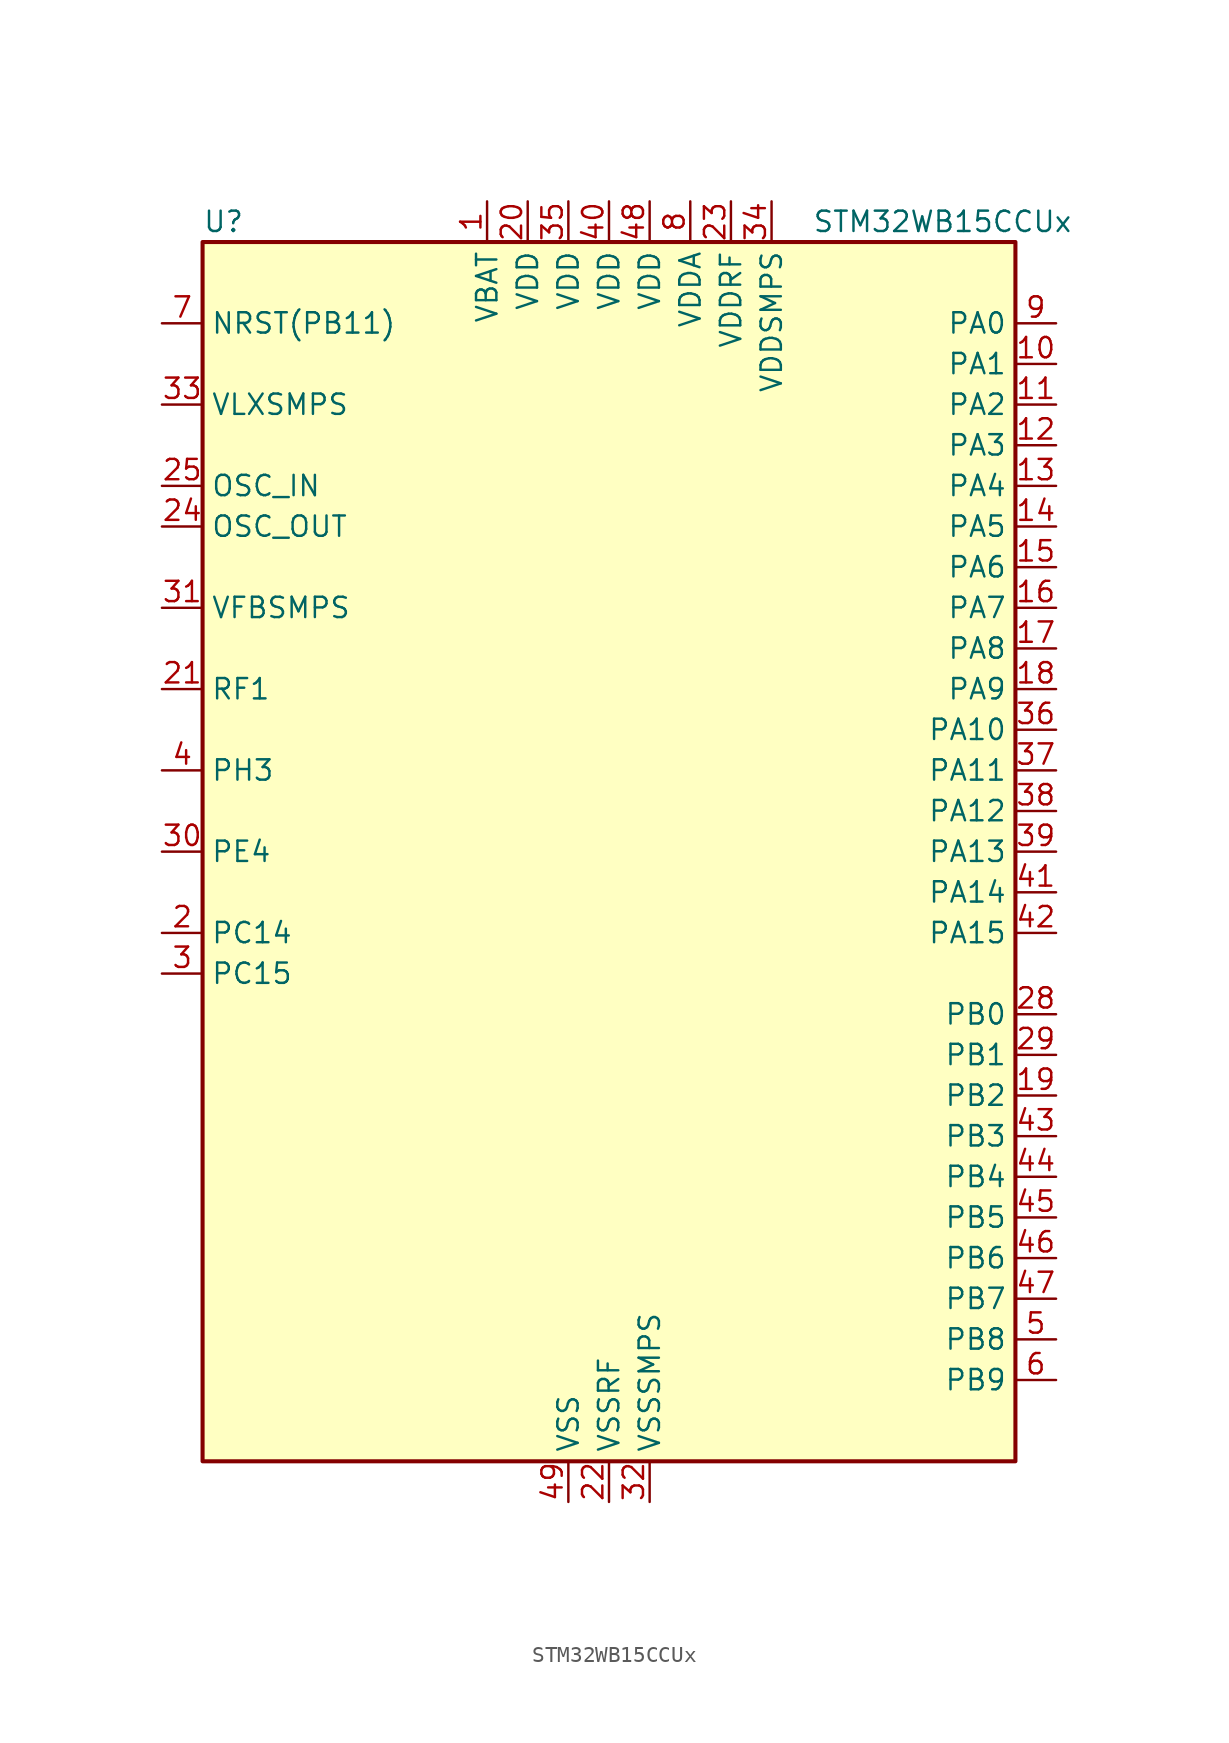
<source format=kicad_sym>
(kicad_symbol_lib
  (version 20241209)
  (generator "kicad_symbol_editor")
  (generator_version "9.0")
  (symbol "STM32WB15CCUx"
    (property "Reference" "U"
      (at -25.4 39.37 0)
      (effects (font (size 1.27 1.27)) (justify left)))
    (property "Value" "STM32WB15CCUx"
      (at 12.7 39.37 0)
      (effects (font (size 1.27 1.27)) (justify left)))
    (symbol "STM32WB15CCUx_0_1"
      (rectangle (start -25.4 -38.1) (end 25.4 38.1) (stroke (width 0.254) (type default)) (fill (type background))))
    (symbol "STM32WB15CCUx_1_1"
      (pin input line (at -27.94 33.02 0) (length 2.54) (name "NRST(PB11)" (effects (font (size 1.27 1.27)))) (number "7" (effects (font (size 1.27 1.27)))))
      (pin power_in line (at -27.94 27.94 0) (length 2.54) (name "VLXSMPS" (effects (font (size 1.27 1.27)))) (number "33" (effects (font (size 1.27 1.27)))))
      (pin input line (at -27.94 22.86 0) (length 2.54) (name "OSC_IN" (effects (font (size 1.27 1.27)))) (number "25" (effects (font (size 1.27 1.27)))) (alternate "RCC_OSC_IN" bidirectional line))
      (pin input line (at -27.94 20.32 0) (length 2.54) (name "OSC_OUT" (effects (font (size 1.27 1.27)))) (number "24" (effects (font (size 1.27 1.27)))) (alternate "RCC_OSC_OUT" bidirectional line))
      (pin input line (at -27.94 15.24 0) (length 2.54) (name "VFBSMPS" (effects (font (size 1.27 1.27)))) (number "31" (effects (font (size 1.27 1.27)))))
      (pin bidirectional line (at -27.94 10.16 0) (length 2.54) (name "RF1" (effects (font (size 1.27 1.27)))) (number "21" (effects (font (size 1.27 1.27)))) (alternate "RF_RF1" bidirectional line))
      (pin bidirectional line (at -27.94 5.08 0) (length 2.54) (name "PH3" (effects (font (size 1.27 1.27)))) (number "4" (effects (font (size 1.27 1.27)))) (alternate "RCC_LSCO" bidirectional line))
      (pin bidirectional line (at -27.94 0 0) (length 2.54) (name "PE4" (effects (font (size 1.27 1.27)))) (number "30" (effects (font (size 1.27 1.27)))))
      (pin bidirectional line (at -27.94 -5.08 0) (length 2.54) (name "PC14" (effects (font (size 1.27 1.27)))) (number "2" (effects (font (size 1.27 1.27)))) (alternate "RCC_OSC32_IN" bidirectional line))
      (pin bidirectional line (at -27.94 -7.62 0) (length 2.54) (name "PC15" (effects (font (size 1.27 1.27)))) (number "3" (effects (font (size 1.27 1.27)))) (alternate "RCC_OSC32_OUT" bidirectional line))
      (pin no_connect line (at -25.4 -35.56 0) (length 2.54) (hide yes) (name "AT1" (effects (font (size 1.27 1.27)))) (number "27" (effects (font (size 1.27 1.27)))))
      (pin no_connect line (at -25.4 -38.1 0) (length 2.54) (hide yes) (name "AT0" (effects (font (size 1.27 1.27)))) (number "26" (effects (font (size 1.27 1.27)))))
      (pin power_in line (at -7.62 40.64 270) (length 2.54) (name "VBAT" (effects (font (size 1.27 1.27)))) (number "1" (effects (font (size 1.27 1.27)))))
      (pin power_in line (at -5.08 40.64 270) (length 2.54) (name "VDD" (effects (font (size 1.27 1.27)))) (number "20" (effects (font (size 1.27 1.27)))))
      (pin power_in line (at -2.54 40.64 270) (length 2.54) (name "VDD" (effects (font (size 1.27 1.27)))) (number "35" (effects (font (size 1.27 1.27)))))
      (pin power_in line (at -2.54 -40.64 90) (length 2.54) (name "VSS" (effects (font (size 1.27 1.27)))) (number "49" (effects (font (size 1.27 1.27)))))
      (pin power_in line (at 0 40.64 270) (length 2.54) (name "VDD" (effects (font (size 1.27 1.27)))) (number "40" (effects (font (size 1.27 1.27)))))
      (pin power_in line (at 0 -40.64 90) (length 2.54) (name "VSSRF" (effects (font (size 1.27 1.27)))) (number "22" (effects (font (size 1.27 1.27)))))
      (pin power_in line (at 2.54 40.64 270) (length 2.54) (name "VDD" (effects (font (size 1.27 1.27)))) (number "48" (effects (font (size 1.27 1.27)))))
      (pin power_in line (at 2.54 -40.64 90) (length 2.54) (name "VSSSMPS" (effects (font (size 1.27 1.27)))) (number "32" (effects (font (size 1.27 1.27)))))
      (pin power_in line (at 5.08 40.64 270) (length 2.54) (name "VDDA" (effects (font (size 1.27 1.27)))) (number "8" (effects (font (size 1.27 1.27)))))
      (pin power_in line (at 7.62 40.64 270) (length 2.54) (name "VDDRF" (effects (font (size 1.27 1.27)))) (number "23" (effects (font (size 1.27 1.27)))))
      (pin power_in line (at 10.16 40.64 270) (length 2.54) (name "VDDSMPS" (effects (font (size 1.27 1.27)))) (number "34" (effects (font (size 1.27 1.27)))))
      (pin bidirectional line (at 27.94 33.02 180) (length 2.54) (name "PA0" (effects (font (size 1.27 1.27)))) (number "9" (effects (font (size 1.27 1.27)))) (alternate "ADC1_IN5" bidirectional line) (alternate "COMP1_INM" bidirectional line) (alternate "COMP1_OUT" bidirectional line) (alternate "RTC_TAMP2" bidirectional line) (alternate "SYS_WKUP1" bidirectional line) (alternate "TIM2_CH1" bidirectional line) (alternate "TIM2_ETR" bidirectional line))
      (pin bidirectional line (at 27.94 30.48 180) (length 2.54) (name "PA1" (effects (font (size 1.27 1.27)))) (number "10" (effects (font (size 1.27 1.27)))) (alternate "ADC1_IN6" bidirectional line) (alternate "COMP1_INP" bidirectional line) (alternate "I2C1_SMBA" bidirectional line) (alternate "SPI1_SCK" bidirectional line) (alternate "TIM2_CH2" bidirectional line))
      (pin bidirectional line (at 27.94 27.94 180) (length 2.54) (name "PA2" (effects (font (size 1.27 1.27)))) (number "11" (effects (font (size 1.27 1.27)))) (alternate "ADC1_IN7" bidirectional line) (alternate "LPUART1_TX" bidirectional line) (alternate "RCC_LSCO" bidirectional line) (alternate "SYS_WKUP4" bidirectional line) (alternate "TIM2_CH3" bidirectional line))
      (pin bidirectional line (at 27.94 25.4 180) (length 2.54) (name "PA3" (effects (font (size 1.27 1.27)))) (number "12" (effects (font (size 1.27 1.27)))) (alternate "ADC1_IN8" bidirectional line) (alternate "LPUART1_RX" bidirectional line) (alternate "TIM2_CH4" bidirectional line))
      (pin bidirectional line (at 27.94 22.86 180) (length 2.54) (name "PA4" (effects (font (size 1.27 1.27)))) (number "13" (effects (font (size 1.27 1.27)))) (alternate "ADC1_IN9" bidirectional line) (alternate "COMP1_INM" bidirectional line) (alternate "LPTIM2_OUT" bidirectional line) (alternate "SPI1_NSS" bidirectional line))
      (pin bidirectional line (at 27.94 20.32 180) (length 2.54) (name "PA5" (effects (font (size 1.27 1.27)))) (number "14" (effects (font (size 1.27 1.27)))) (alternate "ADC1_IN10" bidirectional line) (alternate "COMP1_INM" bidirectional line) (alternate "LPTIM2_ETR" bidirectional line) (alternate "SPI1_MOSI" bidirectional line) (alternate "SPI1_SCK" bidirectional line) (alternate "TIM2_CH1" bidirectional line) (alternate "TIM2_ETR" bidirectional line))
      (pin bidirectional line (at 27.94 17.78 180) (length 2.54) (name "PA6" (effects (font (size 1.27 1.27)))) (number "15" (effects (font (size 1.27 1.27)))) (alternate "ADC1_IN11" bidirectional line) (alternate "LPUART1_CTS" bidirectional line) (alternate "SPI1_MISO" bidirectional line) (alternate "TIM1_BKIN" bidirectional line))
      (pin bidirectional line (at 27.94 15.24 180) (length 2.54) (name "PA7" (effects (font (size 1.27 1.27)))) (number "16" (effects (font (size 1.27 1.27)))) (alternate "ADC1_IN2" bidirectional line) (alternate "SPI1_MOSI" bidirectional line) (alternate "TIM1_CH1N" bidirectional line))
      (pin bidirectional line (at 27.94 12.7 180) (length 2.54) (name "PA8" (effects (font (size 1.27 1.27)))) (number "17" (effects (font (size 1.27 1.27)))) (alternate "ADC1_IN3" bidirectional line) (alternate "LPTIM2_OUT" bidirectional line) (alternate "RCC_MCO" bidirectional line) (alternate "TIM1_CH1" bidirectional line) (alternate "USART1_CK" bidirectional line))
      (pin bidirectional line (at 27.94 10.16 180) (length 2.54) (name "PA9" (effects (font (size 1.27 1.27)))) (number "18" (effects (font (size 1.27 1.27)))) (alternate "ADC1_IN4" bidirectional line) (alternate "COMP1_INM" bidirectional line) (alternate "I2C1_SCL" bidirectional line) (alternate "TIM1_CH2" bidirectional line) (alternate "USART1_TX" bidirectional line))
      (pin bidirectional line (at 27.94 7.62 180) (length 2.54) (name "PA10" (effects (font (size 1.27 1.27)))) (number "36" (effects (font (size 1.27 1.27)))) (alternate "I2C1_SDA" bidirectional line) (alternate "TIM1_CH3" bidirectional line) (alternate "TSC_G7_IO2" bidirectional line) (alternate "USART1_RX" bidirectional line))
      (pin bidirectional line (at 27.94 5.08 180) (length 2.54) (name "PA11" (effects (font (size 1.27 1.27)))) (number "37" (effects (font (size 1.27 1.27)))) (alternate "ADC1_EXTI11" bidirectional line) (alternate "SPI1_MISO" bidirectional line) (alternate "TIM1_BKIN2" bidirectional line) (alternate "TIM1_CH4" bidirectional line) (alternate "USART1_CTS" bidirectional line) (alternate "USART1_NSS" bidirectional line))
      (pin bidirectional line (at 27.94 2.54 180) (length 2.54) (name "PA12" (effects (font (size 1.27 1.27)))) (number "38" (effects (font (size 1.27 1.27)))) (alternate "LPUART1_RX" bidirectional line) (alternate "SPI1_MOSI" bidirectional line) (alternate "TIM1_ETR" bidirectional line) (alternate "USART1_DE" bidirectional line) (alternate "USART1_RTS" bidirectional line))
      (pin bidirectional line (at 27.94 0 180) (length 2.54) (name "PA13" (effects (font (size 1.27 1.27)))) (number "39" (effects (font (size 1.27 1.27)))) (alternate "SPI1_MOSI" bidirectional line) (alternate "SYS_JTMS-SWDIO" bidirectional line) (alternate "TSC_G7_IO1" bidirectional line))
      (pin bidirectional line (at 27.94 -2.54 180) (length 2.54) (name "PA14" (effects (font (size 1.27 1.27)))) (number "41" (effects (font (size 1.27 1.27)))) (alternate "I2C1_SMBA" bidirectional line) (alternate "LPTIM1_OUT" bidirectional line) (alternate "SPI1_NSS" bidirectional line) (alternate "SYS_JTCK-SWCLK" bidirectional line))
      (pin bidirectional line (at 27.94 -5.08 180) (length 2.54) (name "PA15" (effects (font (size 1.27 1.27)))) (number "42" (effects (font (size 1.27 1.27)))) (alternate "RCC_MCO" bidirectional line) (alternate "SPI1_NSS" bidirectional line) (alternate "SYS_JTDI" bidirectional line) (alternate "TIM2_CH1" bidirectional line) (alternate "TIM2_ETR" bidirectional line))
      (pin bidirectional line (at 27.94 -10.16 180) (length 2.54) (name "PB0" (effects (font (size 1.27 1.27)))) (number "28" (effects (font (size 1.27 1.27)))) (alternate "COMP1_OUT" bidirectional line) (alternate "RF_TX_MOD_EXT_PA" bidirectional line))
      (pin bidirectional line (at 27.94 -12.7 180) (length 2.54) (name "PB1" (effects (font (size 1.27 1.27)))) (number "29" (effects (font (size 1.27 1.27)))) (alternate "LPTIM2_IN1" bidirectional line) (alternate "LPUART1_DE" bidirectional line) (alternate "LPUART1_RTS" bidirectional line))
      (pin bidirectional line (at 27.94 -15.24 180) (length 2.54) (name "PB2" (effects (font (size 1.27 1.27)))) (number "19" (effects (font (size 1.27 1.27)))) (alternate "COMP1_INP" bidirectional line) (alternate "LPTIM1_OUT" bidirectional line) (alternate "RTC_OUT" bidirectional line) (alternate "SPI1_NSS" bidirectional line))
      (pin bidirectional line (at 27.94 -17.78 180) (length 2.54) (name "PB3" (effects (font (size 1.27 1.27)))) (number "43" (effects (font (size 1.27 1.27)))) (alternate "SPI1_SCK" bidirectional line) (alternate "SYS_JTDO-SWO" bidirectional line) (alternate "TIM2_CH2" bidirectional line) (alternate "USART1_DE" bidirectional line) (alternate "USART1_RTS" bidirectional line))
      (pin bidirectional line (at 27.94 -20.32 180) (length 2.54) (name "PB4" (effects (font (size 1.27 1.27)))) (number "44" (effects (font (size 1.27 1.27)))) (alternate "SPI1_MISO" bidirectional line) (alternate "SYS_JTRST" bidirectional line) (alternate "TSC_G2_IO1" bidirectional line) (alternate "USART1_CTS" bidirectional line) (alternate "USART1_NSS" bidirectional line))
      (pin bidirectional line (at 27.94 -22.86 180) (length 2.54) (name "PB5" (effects (font (size 1.27 1.27)))) (number "45" (effects (font (size 1.27 1.27)))) (alternate "I2C1_SMBA" bidirectional line) (alternate "LPTIM1_IN1" bidirectional line) (alternate "LPUART1_TX" bidirectional line) (alternate "SPI1_MOSI" bidirectional line) (alternate "TSC_G2_IO2" bidirectional line) (alternate "USART1_CK" bidirectional line))
      (pin bidirectional line (at 27.94 -25.4 180) (length 2.54) (name "PB6" (effects (font (size 1.27 1.27)))) (number "46" (effects (font (size 1.27 1.27)))) (alternate "I2C1_SCL" bidirectional line) (alternate "LPTIM1_ETR" bidirectional line) (alternate "RCC_MCO" bidirectional line) (alternate "SPI1_NSS" bidirectional line) (alternate "TSC_G2_IO3" bidirectional line) (alternate "USART1_TX" bidirectional line))
      (pin bidirectional line (at 27.94 -27.94 180) (length 2.54) (name "PB7" (effects (font (size 1.27 1.27)))) (number "47" (effects (font (size 1.27 1.27)))) (alternate "I2C1_SDA" bidirectional line) (alternate "LPTIM1_IN2" bidirectional line) (alternate "SYS_PVD_IN" bidirectional line) (alternate "TIM1_BKIN" bidirectional line) (alternate "TIM1_CH3" bidirectional line) (alternate "TSC_G2_IO4" bidirectional line) (alternate "USART1_RX" bidirectional line))
      (pin bidirectional line (at 27.94 -30.48 180) (length 2.54) (name "PB8" (effects (font (size 1.27 1.27)))) (number "5" (effects (font (size 1.27 1.27)))) (alternate "I2C1_SCL" bidirectional line) (alternate "TIM1_CH2N" bidirectional line) (alternate "TSC_G7_IO3" bidirectional line))
      (pin bidirectional line (at 27.94 -33.02 180) (length 2.54) (name "PB9" (effects (font (size 1.27 1.27)))) (number "6" (effects (font (size 1.27 1.27)))) (alternate "I2C1_SDA" bidirectional line) (alternate "TIM1_CH3N" bidirectional line) (alternate "TSC_G7_IO4" bidirectional line)))))
</source>
